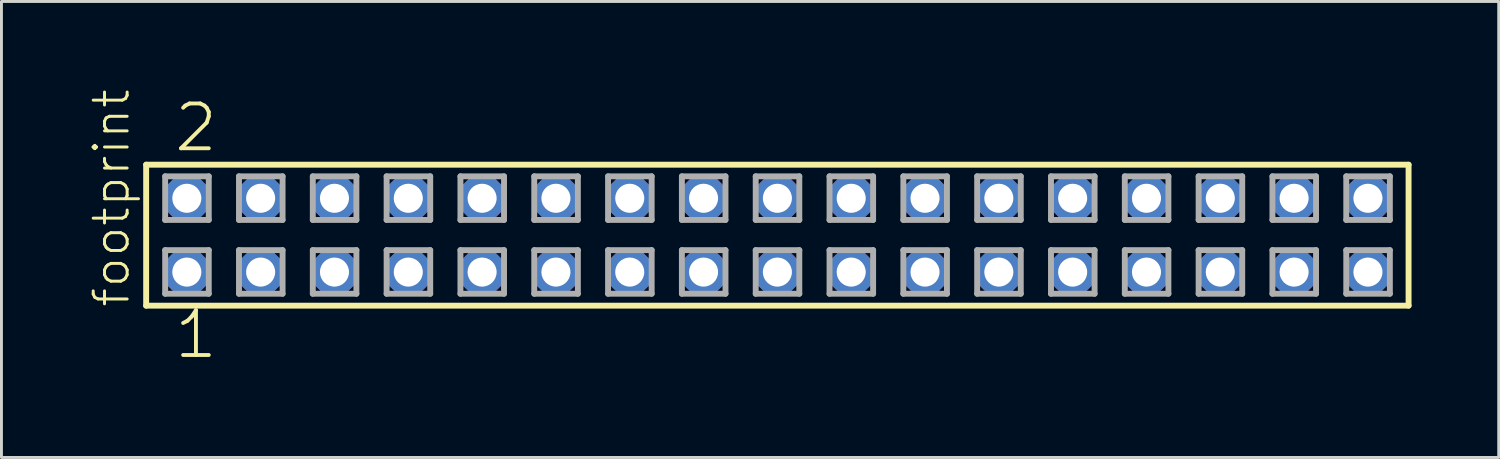
<source format=kicad_pcb>
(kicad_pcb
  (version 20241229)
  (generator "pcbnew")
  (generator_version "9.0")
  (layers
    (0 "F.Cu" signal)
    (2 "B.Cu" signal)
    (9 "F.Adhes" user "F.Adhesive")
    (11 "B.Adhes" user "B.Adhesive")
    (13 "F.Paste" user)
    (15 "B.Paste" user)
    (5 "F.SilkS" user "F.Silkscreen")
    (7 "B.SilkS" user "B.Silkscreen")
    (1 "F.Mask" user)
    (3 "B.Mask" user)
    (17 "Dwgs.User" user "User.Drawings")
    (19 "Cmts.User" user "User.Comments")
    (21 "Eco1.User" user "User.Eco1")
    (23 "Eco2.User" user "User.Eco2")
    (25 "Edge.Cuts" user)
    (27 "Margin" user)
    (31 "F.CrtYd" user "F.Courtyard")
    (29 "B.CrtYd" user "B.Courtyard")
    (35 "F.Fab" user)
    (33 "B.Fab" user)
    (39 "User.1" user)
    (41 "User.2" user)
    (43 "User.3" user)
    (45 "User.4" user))
  (footprint "footprint"
    (layer "F.Cu")
    (at 23.698 5.042)
    (property "Reference" "footprint" (at -22.225 2.54 90) (layer "F.SilkS") (effects (font (size 1.168 1.168) (thickness 0.102)) (justify left bottom)))
    (fp_line (start -21.719 -2.425) (end 21.719 -2.425) (stroke (width 0.203) (type solid)) (layer "F.SilkS"))
    (fp_line (start -21.719 2.425) (end -21.719 -2.425) (stroke (width 0.203) (type solid)) (layer "F.SilkS"))
    (fp_line (start 21.719 -2.425) (end 21.719 2.425) (stroke (width 0.203) (type solid)) (layer "F.SilkS"))
    (fp_line (start 21.719 2.425) (end -21.719 2.425) (stroke (width 0.203) (type solid)) (layer "F.SilkS"))
    (fp_line (start -21.065 -2.025) (end -19.565 -2.025) (stroke (width 0.203) (type solid)) (layer "F.Fab"))
    (fp_line (start -21.065 -0.525) (end -21.065 -2.025) (stroke (width 0.203) (type solid)) (layer "F.Fab"))
    (fp_line (start -21.065 0.515) (end -19.565 0.515) (stroke (width 0.203) (type solid)) (layer "F.Fab"))
    (fp_line (start -21.065 2.015) (end -21.065 0.515) (stroke (width 0.203) (type solid)) (layer "F.Fab"))
    (fp_line (start -19.565 -2.025) (end -19.565 -0.525) (stroke (width 0.203) (type solid)) (layer "F.Fab"))
    (fp_line (start -19.565 -0.525) (end -21.065 -0.525) (stroke (width 0.203) (type solid)) (layer "F.Fab"))
    (fp_line (start -19.565 0.515) (end -19.565 2.015) (stroke (width 0.203) (type solid)) (layer "F.Fab"))
    (fp_line (start -19.565 2.015) (end -21.065 2.015) (stroke (width 0.203) (type solid)) (layer "F.Fab"))
    (fp_line (start -18.525 -2.025) (end -17.025 -2.025) (stroke (width 0.203) (type solid)) (layer "F.Fab"))
    (fp_line (start -18.525 -0.525) (end -18.525 -2.025) (stroke (width 0.203) (type solid)) (layer "F.Fab"))
    (fp_line (start -18.525 0.515) (end -17.025 0.515) (stroke (width 0.203) (type solid)) (layer "F.Fab"))
    (fp_line (start -18.525 2.015) (end -18.525 0.515) (stroke (width 0.203) (type solid)) (layer "F.Fab"))
    (fp_line (start -17.025 -2.025) (end -17.025 -0.525) (stroke (width 0.203) (type solid)) (layer "F.Fab"))
    (fp_line (start -17.025 -0.525) (end -18.525 -0.525) (stroke (width 0.203) (type solid)) (layer "F.Fab"))
    (fp_line (start -17.025 0.515) (end -17.025 2.015) (stroke (width 0.203) (type solid)) (layer "F.Fab"))
    (fp_line (start -17.025 2.015) (end -18.525 2.015) (stroke (width 0.203) (type solid)) (layer "F.Fab"))
    (fp_line (start -15.985 -2.025) (end -14.485 -2.025) (stroke (width 0.203) (type solid)) (layer "F.Fab"))
    (fp_line (start -15.985 -0.525) (end -15.985 -2.025) (stroke (width 0.203) (type solid)) (layer "F.Fab"))
    (fp_line (start -15.985 0.515) (end -14.485 0.515) (stroke (width 0.203) (type solid)) (layer "F.Fab"))
    (fp_line (start -15.985 2.015) (end -15.985 0.515) (stroke (width 0.203) (type solid)) (layer "F.Fab"))
    (fp_line (start -14.485 -2.025) (end -14.485 -0.525) (stroke (width 0.203) (type solid)) (layer "F.Fab"))
    (fp_line (start -14.485 -0.525) (end -15.985 -0.525) (stroke (width 0.203) (type solid)) (layer "F.Fab"))
    (fp_line (start -14.485 0.515) (end -14.485 2.015) (stroke (width 0.203) (type solid)) (layer "F.Fab"))
    (fp_line (start -14.485 2.015) (end -15.985 2.015) (stroke (width 0.203) (type solid)) (layer "F.Fab"))
    (fp_line (start -13.445 -2.025) (end -11.945 -2.025) (stroke (width 0.203) (type solid)) (layer "F.Fab"))
    (fp_line (start -13.445 -0.525) (end -13.445 -2.025) (stroke (width 0.203) (type solid)) (layer "F.Fab"))
    (fp_line (start -13.445 0.515) (end -11.945 0.515) (stroke (width 0.203) (type solid)) (layer "F.Fab"))
    (fp_line (start -13.445 2.015) (end -13.445 0.515) (stroke (width 0.203) (type solid)) (layer "F.Fab"))
    (fp_line (start -11.945 -2.025) (end -11.945 -0.525) (stroke (width 0.203) (type solid)) (layer "F.Fab"))
    (fp_line (start -11.945 -0.525) (end -13.445 -0.525) (stroke (width 0.203) (type solid)) (layer "F.Fab"))
    (fp_line (start -11.945 0.515) (end -11.945 2.015) (stroke (width 0.203) (type solid)) (layer "F.Fab"))
    (fp_line (start -11.945 2.015) (end -13.445 2.015) (stroke (width 0.203) (type solid)) (layer "F.Fab"))
    (fp_line (start -10.905 -2.025) (end -9.405 -2.025) (stroke (width 0.203) (type solid)) (layer "F.Fab"))
    (fp_line (start -10.905 -0.525) (end -10.905 -2.025) (stroke (width 0.203) (type solid)) (layer "F.Fab"))
    (fp_line (start -10.905 0.515) (end -9.405 0.515) (stroke (width 0.203) (type solid)) (layer "F.Fab"))
    (fp_line (start -10.905 2.015) (end -10.905 0.515) (stroke (width 0.203) (type solid)) (layer "F.Fab"))
    (fp_line (start -9.405 -2.025) (end -9.405 -0.525) (stroke (width 0.203) (type solid)) (layer "F.Fab"))
    (fp_line (start -9.405 -0.525) (end -10.905 -0.525) (stroke (width 0.203) (type solid)) (layer "F.Fab"))
    (fp_line (start -9.405 0.515) (end -9.405 2.015) (stroke (width 0.203) (type solid)) (layer "F.Fab"))
    (fp_line (start -9.405 2.015) (end -10.905 2.015) (stroke (width 0.203) (type solid)) (layer "F.Fab"))
    (fp_line (start -8.365 -2.025) (end -6.865 -2.025) (stroke (width 0.203) (type solid)) (layer "F.Fab"))
    (fp_line (start -8.365 -0.525) (end -8.365 -2.025) (stroke (width 0.203) (type solid)) (layer "F.Fab"))
    (fp_line (start -8.365 0.515) (end -6.865 0.515) (stroke (width 0.203) (type solid)) (layer "F.Fab"))
    (fp_line (start -8.365 2.015) (end -8.365 0.515) (stroke (width 0.203) (type solid)) (layer "F.Fab"))
    (fp_line (start -6.865 -2.025) (end -6.865 -0.525) (stroke (width 0.203) (type solid)) (layer "F.Fab"))
    (fp_line (start -6.865 -0.525) (end -8.365 -0.525) (stroke (width 0.203) (type solid)) (layer "F.Fab"))
    (fp_line (start -6.865 0.515) (end -6.865 2.015) (stroke (width 0.203) (type solid)) (layer "F.Fab"))
    (fp_line (start -6.865 2.015) (end -8.365 2.015) (stroke (width 0.203) (type solid)) (layer "F.Fab"))
    (fp_line (start -5.825 -2.025) (end -4.325 -2.025) (stroke (width 0.203) (type solid)) (layer "F.Fab"))
    (fp_line (start -5.825 -0.525) (end -5.825 -2.025) (stroke (width 0.203) (type solid)) (layer "F.Fab"))
    (fp_line (start -5.825 0.515) (end -4.325 0.515) (stroke (width 0.203) (type solid)) (layer "F.Fab"))
    (fp_line (start -5.825 2.015) (end -5.825 0.515) (stroke (width 0.203) (type solid)) (layer "F.Fab"))
    (fp_line (start -4.325 -2.025) (end -4.325 -0.525) (stroke (width 0.203) (type solid)) (layer "F.Fab"))
    (fp_line (start -4.325 -0.525) (end -5.825 -0.525) (stroke (width 0.203) (type solid)) (layer "F.Fab"))
    (fp_line (start -4.325 0.515) (end -4.325 2.015) (stroke (width 0.203) (type solid)) (layer "F.Fab"))
    (fp_line (start -4.325 2.015) (end -5.825 2.015) (stroke (width 0.203) (type solid)) (layer "F.Fab"))
    (fp_line (start -3.285 -2.025) (end -1.785 -2.025) (stroke (width 0.203) (type solid)) (layer "F.Fab"))
    (fp_line (start -3.285 -0.525) (end -3.285 -2.025) (stroke (width 0.203) (type solid)) (layer "F.Fab"))
    (fp_line (start -3.285 0.515) (end -1.785 0.515) (stroke (width 0.203) (type solid)) (layer "F.Fab"))
    (fp_line (start -3.285 2.015) (end -3.285 0.515) (stroke (width 0.203) (type solid)) (layer "F.Fab"))
    (fp_line (start -1.785 -2.025) (end -1.785 -0.525) (stroke (width 0.203) (type solid)) (layer "F.Fab"))
    (fp_line (start -1.785 -0.525) (end -3.285 -0.525) (stroke (width 0.203) (type solid)) (layer "F.Fab"))
    (fp_line (start -1.785 0.515) (end -1.785 2.015) (stroke (width 0.203) (type solid)) (layer "F.Fab"))
    (fp_line (start -1.785 2.015) (end -3.285 2.015) (stroke (width 0.203) (type solid)) (layer "F.Fab"))
    (fp_line (start -0.745 -2.025) (end 0.755 -2.025) (stroke (width 0.203) (type solid)) (layer "F.Fab"))
    (fp_line (start -0.745 -0.525) (end -0.745 -2.025) (stroke (width 0.203) (type solid)) (layer "F.Fab"))
    (fp_line (start -0.745 0.515) (end 0.755 0.515) (stroke (width 0.203) (type solid)) (layer "F.Fab"))
    (fp_line (start -0.745 2.015) (end -0.745 0.515) (stroke (width 0.203) (type solid)) (layer "F.Fab"))
    (fp_line (start 0.755 -2.025) (end 0.755 -0.525) (stroke (width 0.203) (type solid)) (layer "F.Fab"))
    (fp_line (start 0.755 -0.525) (end -0.745 -0.525) (stroke (width 0.203) (type solid)) (layer "F.Fab"))
    (fp_line (start 0.755 0.515) (end 0.755 2.015) (stroke (width 0.203) (type solid)) (layer "F.Fab"))
    (fp_line (start 0.755 2.015) (end -0.745 2.015) (stroke (width 0.203) (type solid)) (layer "F.Fab"))
    (fp_line (start 1.795 -2.025) (end 3.295 -2.025) (stroke (width 0.203) (type solid)) (layer "F.Fab"))
    (fp_line (start 1.795 -0.525) (end 1.795 -2.025) (stroke (width 0.203) (type solid)) (layer "F.Fab"))
    (fp_line (start 1.795 0.515) (end 3.295 0.515) (stroke (width 0.203) (type solid)) (layer "F.Fab"))
    (fp_line (start 1.795 2.015) (end 1.795 0.515) (stroke (width 0.203) (type solid)) (layer "F.Fab"))
    (fp_line (start 3.295 -2.025) (end 3.295 -0.525) (stroke (width 0.203) (type solid)) (layer "F.Fab"))
    (fp_line (start 3.295 -0.525) (end 1.795 -0.525) (stroke (width 0.203) (type solid)) (layer "F.Fab"))
    (fp_line (start 3.295 0.515) (end 3.295 2.015) (stroke (width 0.203) (type solid)) (layer "F.Fab"))
    (fp_line (start 3.295 2.015) (end 1.795 2.015) (stroke (width 0.203) (type solid)) (layer "F.Fab"))
    (fp_line (start 4.335 -2.025) (end 5.835 -2.025) (stroke (width 0.203) (type solid)) (layer "F.Fab"))
    (fp_line (start 4.335 -0.525) (end 4.335 -2.025) (stroke (width 0.203) (type solid)) (layer "F.Fab"))
    (fp_line (start 4.335 0.515) (end 5.835 0.515) (stroke (width 0.203) (type solid)) (layer "F.Fab"))
    (fp_line (start 4.335 2.015) (end 4.335 0.515) (stroke (width 0.203) (type solid)) (layer "F.Fab"))
    (fp_line (start 5.835 -2.025) (end 5.835 -0.525) (stroke (width 0.203) (type solid)) (layer "F.Fab"))
    (fp_line (start 5.835 -0.525) (end 4.335 -0.525) (stroke (width 0.203) (type solid)) (layer "F.Fab"))
    (fp_line (start 5.835 0.515) (end 5.835 2.015) (stroke (width 0.203) (type solid)) (layer "F.Fab"))
    (fp_line (start 5.835 2.015) (end 4.335 2.015) (stroke (width 0.203) (type solid)) (layer "F.Fab"))
    (fp_line (start 6.875 -2.025) (end 8.375 -2.025) (stroke (width 0.203) (type solid)) (layer "F.Fab"))
    (fp_line (start 6.875 -0.525) (end 6.875 -2.025) (stroke (width 0.203) (type solid)) (layer "F.Fab"))
    (fp_line (start 6.875 0.515) (end 8.375 0.515) (stroke (width 0.203) (type solid)) (layer "F.Fab"))
    (fp_line (start 6.875 2.015) (end 6.875 0.515) (stroke (width 0.203) (type solid)) (layer "F.Fab"))
    (fp_line (start 8.375 -2.025) (end 8.375 -0.525) (stroke (width 0.203) (type solid)) (layer "F.Fab"))
    (fp_line (start 8.375 -0.525) (end 6.875 -0.525) (stroke (width 0.203) (type solid)) (layer "F.Fab"))
    (fp_line (start 8.375 0.515) (end 8.375 2.015) (stroke (width 0.203) (type solid)) (layer "F.Fab"))
    (fp_line (start 8.375 2.015) (end 6.875 2.015) (stroke (width 0.203) (type solid)) (layer "F.Fab"))
    (fp_line (start 9.415 -2.025) (end 10.915 -2.025) (stroke (width 0.203) (type solid)) (layer "F.Fab"))
    (fp_line (start 9.415 -0.525) (end 9.415 -2.025) (stroke (width 0.203) (type solid)) (layer "F.Fab"))
    (fp_line (start 9.415 0.515) (end 10.915 0.515) (stroke (width 0.203) (type solid)) (layer "F.Fab"))
    (fp_line (start 9.415 2.015) (end 9.415 0.515) (stroke (width 0.203) (type solid)) (layer "F.Fab"))
    (fp_line (start 10.915 -2.025) (end 10.915 -0.525) (stroke (width 0.203) (type solid)) (layer "F.Fab"))
    (fp_line (start 10.915 -0.525) (end 9.415 -0.525) (stroke (width 0.203) (type solid)) (layer "F.Fab"))
    (fp_line (start 10.915 0.515) (end 10.915 2.015) (stroke (width 0.203) (type solid)) (layer "F.Fab"))
    (fp_line (start 10.915 2.015) (end 9.415 2.015) (stroke (width 0.203) (type solid)) (layer "F.Fab"))
    (fp_line (start 11.955 -2.025) (end 13.455 -2.025) (stroke (width 0.203) (type solid)) (layer "F.Fab"))
    (fp_line (start 11.955 -0.525) (end 11.955 -2.025) (stroke (width 0.203) (type solid)) (layer "F.Fab"))
    (fp_line (start 11.955 0.515) (end 13.455 0.515) (stroke (width 0.203) (type solid)) (layer "F.Fab"))
    (fp_line (start 11.955 2.015) (end 11.955 0.515) (stroke (width 0.203) (type solid)) (layer "F.Fab"))
    (fp_line (start 13.455 -2.025) (end 13.455 -0.525) (stroke (width 0.203) (type solid)) (layer "F.Fab"))
    (fp_line (start 13.455 -0.525) (end 11.955 -0.525) (stroke (width 0.203) (type solid)) (layer "F.Fab"))
    (fp_line (start 13.455 0.515) (end 13.455 2.015) (stroke (width 0.203) (type solid)) (layer "F.Fab"))
    (fp_line (start 13.455 2.015) (end 11.955 2.015) (stroke (width 0.203) (type solid)) (layer "F.Fab"))
    (fp_line (start 14.495 -2.025) (end 15.995 -2.025) (stroke (width 0.203) (type solid)) (layer "F.Fab"))
    (fp_line (start 14.495 -0.525) (end 14.495 -2.025) (stroke (width 0.203) (type solid)) (layer "F.Fab"))
    (fp_line (start 14.495 0.515) (end 15.995 0.515) (stroke (width 0.203) (type solid)) (layer "F.Fab"))
    (fp_line (start 14.495 2.015) (end 14.495 0.515) (stroke (width 0.203) (type solid)) (layer "F.Fab"))
    (fp_line (start 15.995 -2.025) (end 15.995 -0.525) (stroke (width 0.203) (type solid)) (layer "F.Fab"))
    (fp_line (start 15.995 -0.525) (end 14.495 -0.525) (stroke (width 0.203) (type solid)) (layer "F.Fab"))
    (fp_line (start 15.995 0.515) (end 15.995 2.015) (stroke (width 0.203) (type solid)) (layer "F.Fab"))
    (fp_line (start 15.995 2.015) (end 14.495 2.015) (stroke (width 0.203) (type solid)) (layer "F.Fab"))
    (fp_line (start 17.035 -2.025) (end 18.535 -2.025) (stroke (width 0.203) (type solid)) (layer "F.Fab"))
    (fp_line (start 17.035 -0.525) (end 17.035 -2.025) (stroke (width 0.203) (type solid)) (layer "F.Fab"))
    (fp_line (start 17.035 0.515) (end 18.535 0.515) (stroke (width 0.203) (type solid)) (layer "F.Fab"))
    (fp_line (start 17.035 2.015) (end 17.035 0.515) (stroke (width 0.203) (type solid)) (layer "F.Fab"))
    (fp_line (start 18.535 -2.025) (end 18.535 -0.525) (stroke (width 0.203) (type solid)) (layer "F.Fab"))
    (fp_line (start 18.535 -0.525) (end 17.035 -0.525) (stroke (width 0.203) (type solid)) (layer "F.Fab"))
    (fp_line (start 18.535 0.515) (end 18.535 2.015) (stroke (width 0.203) (type solid)) (layer "F.Fab"))
    (fp_line (start 18.535 2.015) (end 17.035 2.015) (stroke (width 0.203) (type solid)) (layer "F.Fab"))
    (fp_line (start 19.575 -2.025) (end 21.075 -2.025) (stroke (width 0.203) (type solid)) (layer "F.Fab"))
    (fp_line (start 19.575 -0.525) (end 19.575 -2.025) (stroke (width 0.203) (type solid)) (layer "F.Fab"))
    (fp_line (start 19.575 0.515) (end 21.075 0.515) (stroke (width 0.203) (type solid)) (layer "F.Fab"))
    (fp_line (start 19.575 2.015) (end 19.575 0.515) (stroke (width 0.203) (type solid)) (layer "F.Fab"))
    (fp_line (start 21.075 -2.025) (end 21.075 -0.525) (stroke (width 0.203) (type solid)) (layer "F.Fab"))
    (fp_line (start 21.075 -0.525) (end 19.575 -0.525) (stroke (width 0.203) (type solid)) (layer "F.Fab"))
    (fp_line (start 21.075 0.515) (end 21.075 2.015) (stroke (width 0.203) (type solid)) (layer "F.Fab"))
    (fp_line (start 21.075 2.015) (end 19.575 2.015) (stroke (width 0.203) (type solid)) (layer "F.Fab"))
    (fp_text user "2" (at -20.828 -2.794 0) (layer "F.SilkS") (effects (font (size 1.542 1.542) (thickness 0.134)) (justify left bottom)))
    (fp_text user "1" (at -20.828 4.318 0) (layer "F.SilkS") (effects (font (size 1.542 1.542) (thickness 0.134)) (justify left bottom)))
    (pad "1" thru_hole roundrect (at -20.32 1.27) (size 1.5 1.5) (drill 1) (layers "*.Cu" "*.Mask") (roundrect_rratio 0.25) (chamfer_ratio 0.25) (chamfer top_left top_right bottom_left bottom_right))
    (pad "2" thru_hole roundrect (at -20.32 -1.27) (size 1.5 1.5) (drill 1) (layers "*.Cu" "*.Mask") (roundrect_rratio 0.25) (chamfer_ratio 0.25) (chamfer top_left top_right bottom_left bottom_right))
    (pad "3" thru_hole roundrect (at -17.78 1.27) (size 1.5 1.5) (drill 1) (layers "*.Cu" "*.Mask") (roundrect_rratio 0.25) (chamfer_ratio 0.25) (chamfer top_left top_right bottom_left bottom_right))
    (pad "4" thru_hole roundrect (at -17.78 -1.27) (size 1.5 1.5) (drill 1) (layers "*.Cu" "*.Mask") (roundrect_rratio 0.25) (chamfer_ratio 0.25) (chamfer top_left top_right bottom_left bottom_right))
    (pad "5" thru_hole roundrect (at -15.24 1.27) (size 1.5 1.5) (drill 1) (layers "*.Cu" "*.Mask") (roundrect_rratio 0.25) (chamfer_ratio 0.25) (chamfer top_left top_right bottom_left bottom_right))
    (pad "6" thru_hole roundrect (at -15.24 -1.27) (size 1.5 1.5) (drill 1) (layers "*.Cu" "*.Mask") (roundrect_rratio 0.25) (chamfer_ratio 0.25) (chamfer top_left top_right bottom_left bottom_right))
    (pad "7" thru_hole roundrect (at -12.7 1.27) (size 1.5 1.5) (drill 1) (layers "*.Cu" "*.Mask") (roundrect_rratio 0.25) (chamfer_ratio 0.25) (chamfer top_left top_right bottom_left bottom_right))
    (pad "8" thru_hole roundrect (at -12.7 -1.27) (size 1.5 1.5) (drill 1) (layers "*.Cu" "*.Mask") (roundrect_rratio 0.25) (chamfer_ratio 0.25) (chamfer top_left top_right bottom_left bottom_right))
    (pad "9" thru_hole roundrect (at -10.16 1.27) (size 1.5 1.5) (drill 1) (layers "*.Cu" "*.Mask") (roundrect_rratio 0.25) (chamfer_ratio 0.25) (chamfer top_left top_right bottom_left bottom_right))
    (pad "10" thru_hole roundrect (at -10.16 -1.27) (size 1.5 1.5) (drill 1) (layers "*.Cu" "*.Mask") (roundrect_rratio 0.25) (chamfer_ratio 0.25) (chamfer top_left top_right bottom_left bottom_right))
    (pad "11" thru_hole roundrect (at -7.62 1.27) (size 1.5 1.5) (drill 1) (layers "*.Cu" "*.Mask") (roundrect_rratio 0.25) (chamfer_ratio 0.25) (chamfer top_left top_right bottom_left bottom_right))
    (pad "12" thru_hole roundrect (at -7.62 -1.27) (size 1.5 1.5) (drill 1) (layers "*.Cu" "*.Mask") (roundrect_rratio 0.25) (chamfer_ratio 0.25) (chamfer top_left top_right bottom_left bottom_right))
    (pad "13" thru_hole roundrect (at -5.08 1.27) (size 1.5 1.5) (drill 1) (layers "*.Cu" "*.Mask") (roundrect_rratio 0.25) (chamfer_ratio 0.25) (chamfer top_left top_right bottom_left bottom_right))
    (pad "14" thru_hole roundrect (at -5.08 -1.27) (size 1.5 1.5) (drill 1) (layers "*.Cu" "*.Mask") (roundrect_rratio 0.25) (chamfer_ratio 0.25) (chamfer top_left top_right bottom_left bottom_right))
    (pad "15" thru_hole roundrect (at -2.54 1.27) (size 1.5 1.5) (drill 1) (layers "*.Cu" "*.Mask") (roundrect_rratio 0.25) (chamfer_ratio 0.25) (chamfer top_left top_right bottom_left bottom_right))
    (pad "16" thru_hole roundrect (at -2.54 -1.27) (size 1.5 1.5) (drill 1) (layers "*.Cu" "*.Mask") (roundrect_rratio 0.25) (chamfer_ratio 0.25) (chamfer top_left top_right bottom_left bottom_right))
    (pad "17" thru_hole roundrect (at 0 1.27) (size 1.5 1.5) (drill 1) (layers "*.Cu" "*.Mask") (roundrect_rratio 0.25) (chamfer_ratio 0.25) (chamfer top_left top_right bottom_left bottom_right))
    (pad "18" thru_hole roundrect (at 0 -1.27) (size 1.5 1.5) (drill 1) (layers "*.Cu" "*.Mask") (roundrect_rratio 0.25) (chamfer_ratio 0.25) (chamfer top_left top_right bottom_left bottom_right))
    (pad "19" thru_hole roundrect (at 2.54 1.27) (size 1.5 1.5) (drill 1) (layers "*.Cu" "*.Mask") (roundrect_rratio 0.25) (chamfer_ratio 0.25) (chamfer top_left top_right bottom_left bottom_right))
    (pad "20" thru_hole roundrect (at 2.54 -1.27) (size 1.5 1.5) (drill 1) (layers "*.Cu" "*.Mask") (roundrect_rratio 0.25) (chamfer_ratio 0.25) (chamfer top_left top_right bottom_left bottom_right))
    (pad "21" thru_hole roundrect (at 5.08 1.27) (size 1.5 1.5) (drill 1) (layers "*.Cu" "*.Mask") (roundrect_rratio 0.25) (chamfer_ratio 0.25) (chamfer top_left top_right bottom_left bottom_right))
    (pad "22" thru_hole roundrect (at 5.08 -1.27) (size 1.5 1.5) (drill 1) (layers "*.Cu" "*.Mask") (roundrect_rratio 0.25) (chamfer_ratio 0.25) (chamfer top_left top_right bottom_left bottom_right))
    (pad "23" thru_hole roundrect (at 7.62 1.27) (size 1.5 1.5) (drill 1) (layers "*.Cu" "*.Mask") (roundrect_rratio 0.25) (chamfer_ratio 0.25) (chamfer top_left top_right bottom_left bottom_right))
    (pad "24" thru_hole roundrect (at 7.62 -1.27) (size 1.5 1.5) (drill 1) (layers "*.Cu" "*.Mask") (roundrect_rratio 0.25) (chamfer_ratio 0.25) (chamfer top_left top_right bottom_left bottom_right))
    (pad "25" thru_hole roundrect (at 10.16 1.27) (size 1.5 1.5) (drill 1) (layers "*.Cu" "*.Mask") (roundrect_rratio 0.25) (chamfer_ratio 0.25) (chamfer top_left top_right bottom_left bottom_right))
    (pad "26" thru_hole roundrect (at 10.16 -1.27) (size 1.5 1.5) (drill 1) (layers "*.Cu" "*.Mask") (roundrect_rratio 0.25) (chamfer_ratio 0.25) (chamfer top_left top_right bottom_left bottom_right))
    (pad "27" thru_hole roundrect (at 12.7 1.27) (size 1.5 1.5) (drill 1) (layers "*.Cu" "*.Mask") (roundrect_rratio 0.25) (chamfer_ratio 0.25) (chamfer top_left top_right bottom_left bottom_right))
    (pad "28" thru_hole roundrect (at 12.7 -1.27) (size 1.5 1.5) (drill 1) (layers "*.Cu" "*.Mask") (roundrect_rratio 0.25) (chamfer_ratio 0.25) (chamfer top_left top_right bottom_left bottom_right))
    (pad "29" thru_hole roundrect (at 15.24 1.27) (size 1.5 1.5) (drill 1) (layers "*.Cu" "*.Mask") (roundrect_rratio 0.25) (chamfer_ratio 0.25) (chamfer top_left top_right bottom_left bottom_right))
    (pad "30" thru_hole roundrect (at 15.24 -1.27) (size 1.5 1.5) (drill 1) (layers "*.Cu" "*.Mask") (roundrect_rratio 0.25) (chamfer_ratio 0.25) (chamfer top_left top_right bottom_left bottom_right))
    (pad "31" thru_hole roundrect (at 17.78 1.27) (size 1.5 1.5) (drill 1) (layers "*.Cu" "*.Mask") (roundrect_rratio 0.25) (chamfer_ratio 0.25) (chamfer top_left top_right bottom_left bottom_right))
    (pad "32" thru_hole roundrect (at 17.78 -1.27) (size 1.5 1.5) (drill 1) (layers "*.Cu" "*.Mask") (roundrect_rratio 0.25) (chamfer_ratio 0.25) (chamfer top_left top_right bottom_left bottom_right))
    (pad "33" thru_hole roundrect (at 20.32 1.27) (size 1.5 1.5) (drill 1) (layers "*.Cu" "*.Mask") (roundrect_rratio 0.25) (chamfer_ratio 0.25) (chamfer top_left top_right bottom_left bottom_right))
    (pad "34" thru_hole roundrect (at 20.32 -1.27) (size 1.5 1.5) (drill 1) (layers "*.Cu" "*.Mask") (roundrect_rratio 0.25) (chamfer_ratio 0.25) (chamfer top_left top_right bottom_left bottom_right)))
  (gr_rect
    (start -3 -3)
    (end 48.519 12.691)
    (stroke (width 0.1) (type default))
    (fill no)
    (layer "Edge.Cuts")))
</source>
